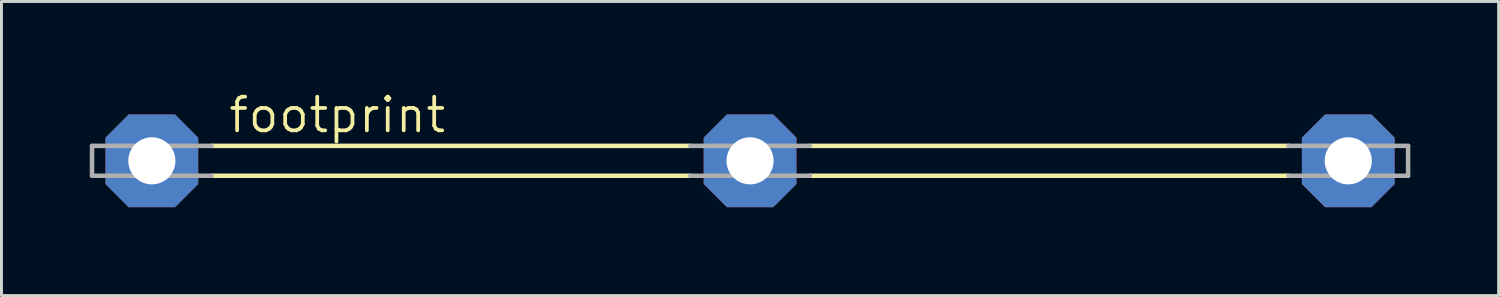
<source format=kicad_pcb>
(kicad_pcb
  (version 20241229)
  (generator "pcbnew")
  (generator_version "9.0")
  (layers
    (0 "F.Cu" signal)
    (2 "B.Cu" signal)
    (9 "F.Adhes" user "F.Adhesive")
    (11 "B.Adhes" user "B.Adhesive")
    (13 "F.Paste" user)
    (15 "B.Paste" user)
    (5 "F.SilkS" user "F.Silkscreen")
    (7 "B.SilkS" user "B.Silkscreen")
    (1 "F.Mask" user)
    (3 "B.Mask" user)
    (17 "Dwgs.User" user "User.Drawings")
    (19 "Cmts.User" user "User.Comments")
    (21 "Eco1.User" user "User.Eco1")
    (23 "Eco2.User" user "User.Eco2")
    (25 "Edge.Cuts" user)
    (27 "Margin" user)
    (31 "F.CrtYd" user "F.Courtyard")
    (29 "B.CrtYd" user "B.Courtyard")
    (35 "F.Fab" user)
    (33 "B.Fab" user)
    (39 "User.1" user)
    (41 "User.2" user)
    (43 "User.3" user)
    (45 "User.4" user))
  (footprint "footprint"
    (layer "F.Cu")
    (at 22.428 2.413)
    (property "Reference" "footprint" (at -17.78 -0.889 0) (layer "F.SilkS") (effects (font (size 1.143 1.143) (thickness 0.127)) (justify left bottom)))
    (fp_line (start -18.288 -0.508) (end -2.032 -0.508) (stroke (width 0.152) (type solid)) (layer "F.SilkS"))
    (fp_line (start -18.288 0.508) (end -2.032 0.508) (stroke (width 0.152) (type solid)) (layer "F.SilkS"))
    (fp_line (start 2.032 -0.508) (end 18.288 -0.508) (stroke (width 0.152) (type solid)) (layer "F.SilkS"))
    (fp_line (start 2.032 0.508) (end 18.288 0.508) (stroke (width 0.152) (type solid)) (layer "F.SilkS"))
    (fp_line (start -22.352 -0.508) (end -22.352 0.508) (stroke (width 0.152) (type solid)) (layer "F.Fab"))
    (fp_line (start -22.352 0.508) (end -18.288 0.508) (stroke (width 0.152) (type solid)) (layer "F.Fab"))
    (fp_line (start -18.288 -0.508) (end -22.352 -0.508) (stroke (width 0.152) (type solid)) (layer "F.Fab"))
    (fp_line (start -2.032 0.508) (end 2.032 0.508) (stroke (width 0.152) (type solid)) (layer "F.Fab"))
    (fp_line (start 2.032 -0.508) (end -2.032 -0.508) (stroke (width 0.152) (type solid)) (layer "F.Fab"))
    (fp_line (start 22.352 -0.508) (end 18.288 -0.508) (stroke (width 0.152) (type solid)) (layer "F.Fab"))
    (fp_line (start 22.352 -0.508) (end 22.352 0.508) (stroke (width 0.152) (type solid)) (layer "F.Fab"))
    (fp_line (start 22.352 0.508) (end 18.288 0.508) (stroke (width 0.152) (type solid)) (layer "F.Fab"))
    (pad "1" thru_hole roundrect (at -20.32 0) (size 3.15 3.15) (drill 1.6) (layers "*.Cu" "*.Mask") (roundrect_rratio 0.25) (chamfer_ratio 0.25) (chamfer top_left top_right bottom_left bottom_right))
    (pad "2" thru_hole roundrect (at 0 0) (size 3.15 3.15) (drill 1.6) (layers "*.Cu" "*.Mask") (roundrect_rratio 0.25) (chamfer_ratio 0.25) (chamfer top_left top_right bottom_left bottom_right))
    (pad "3" thru_hole roundrect (at 20.32 0) (size 3.15 3.15) (drill 1.6) (layers "*.Cu" "*.Mask") (roundrect_rratio 0.25) (chamfer_ratio 0.25) (chamfer top_left top_right bottom_left bottom_right)))
  (gr_rect
    (start -3 -3)
    (end 47.856 6.988)
    (stroke (width 0.1) (type default))
    (fill no)
    (layer "Edge.Cuts")))
</source>
